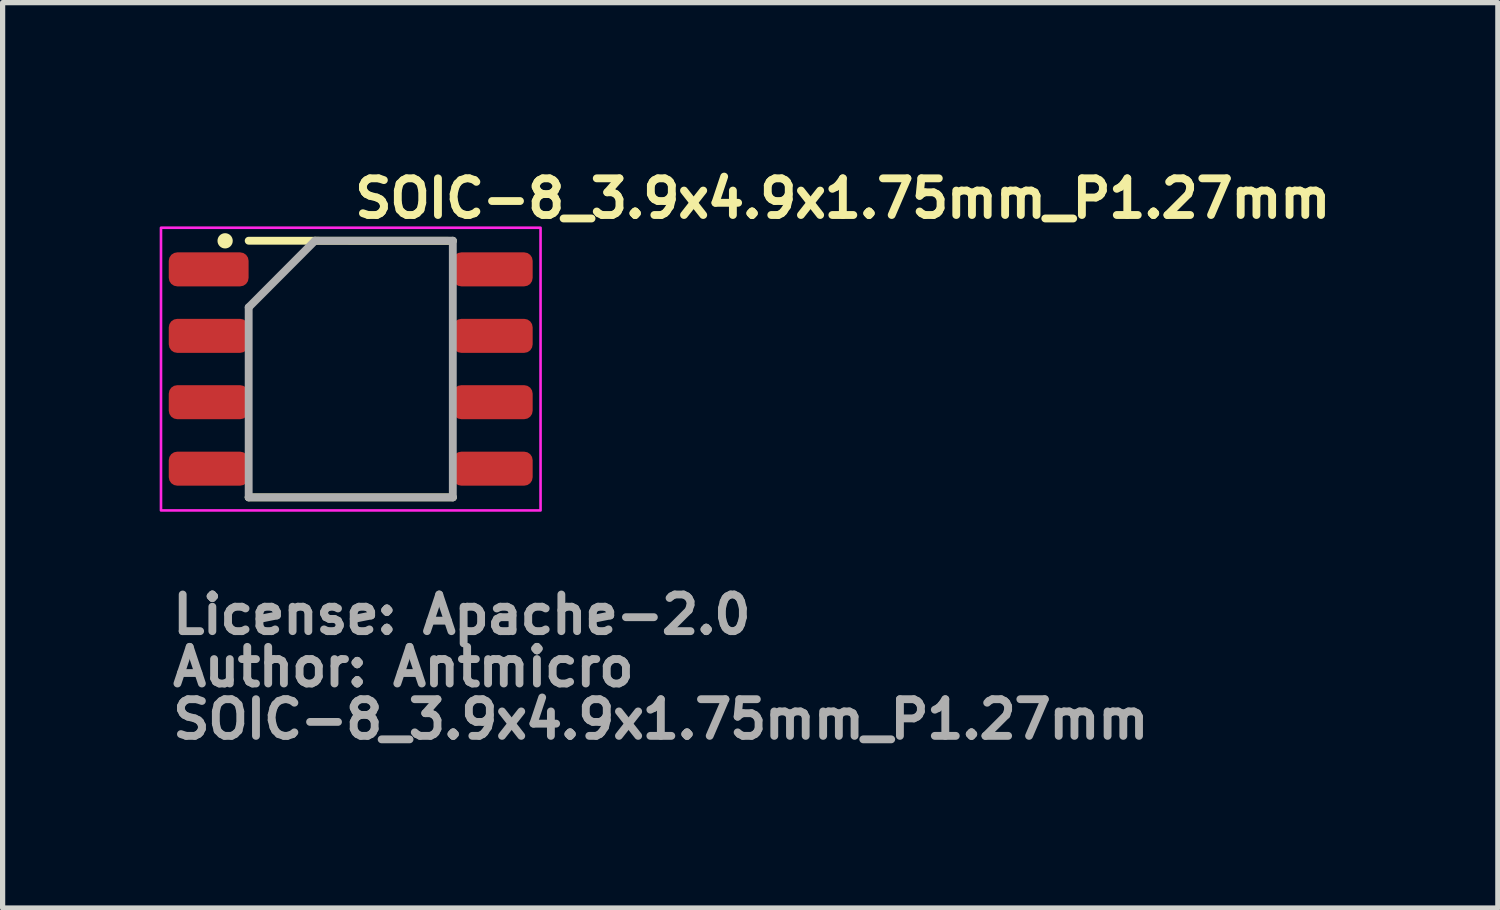
<source format=kicad_pcb>
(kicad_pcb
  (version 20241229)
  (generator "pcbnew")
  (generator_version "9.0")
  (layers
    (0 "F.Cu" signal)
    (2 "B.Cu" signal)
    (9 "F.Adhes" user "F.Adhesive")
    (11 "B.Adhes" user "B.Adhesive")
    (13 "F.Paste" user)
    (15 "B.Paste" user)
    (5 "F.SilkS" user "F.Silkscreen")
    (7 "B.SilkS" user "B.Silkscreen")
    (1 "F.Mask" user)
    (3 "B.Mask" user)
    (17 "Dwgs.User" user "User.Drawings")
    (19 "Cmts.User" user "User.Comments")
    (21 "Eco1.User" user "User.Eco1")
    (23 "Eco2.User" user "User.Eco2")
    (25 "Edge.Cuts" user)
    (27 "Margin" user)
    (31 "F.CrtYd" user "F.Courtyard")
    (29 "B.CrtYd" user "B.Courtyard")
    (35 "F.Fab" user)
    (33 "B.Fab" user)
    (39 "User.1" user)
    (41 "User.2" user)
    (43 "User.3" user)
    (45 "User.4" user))
  (footprint "SOIC-8_3.9x4.9x1.75mm_P1.27mm"
    (layer "F.Cu")
    (at 3.65 4)
    (property "Reference" "SOIC-8_3.9x4.9x1.75mm_P1.27mm" (at 0 -2.85 0) (layer "F.SilkS") (effects (font (size 0.7 0.7) (thickness 0.15)) (justify left bottom)))
    (attr smd)
    (fp_line (start -1.95 -2.452) (end 1.95 -2.45) (stroke (width 0.15) (type solid)) (layer "F.SilkS"))
    (fp_line (start -1.95 2.45) (end 1.95 2.45) (stroke (width 0.15) (type solid)) (layer "F.SilkS"))
    (fp_circle (center -2.4 -2.45) (end -2.35 -2.4) (stroke (width 0.15) (type solid)) (fill yes) (layer "F.SilkS"))
    (fp_rect (start -3.625 -2.7) (end 3.625 2.7) (stroke (width 0.05) (type solid)) (fill no) (layer "F.CrtYd"))
    (fp_line (start -1.95 -1.18) (end -0.683 -2.452) (stroke (width 0.15) (type solid)) (layer "F.Fab"))
    (fp_line (start -1.95 2.45) (end -1.95 -1.18) (stroke (width 0.15) (type solid)) (layer "F.Fab"))
    (fp_line (start -0.683 -2.452) (end 1.949 -2.452) (stroke (width 0.15) (type solid)) (layer "F.Fab"))
    (fp_line (start 1.949 -2.452) (end 1.949 2.45) (stroke (width 0.15) (type solid)) (layer "F.Fab"))
    (fp_line (start 1.949 2.45) (end -1.95 2.45) (stroke (width 0.15) (type solid)) (layer "F.Fab"))
    (fp_rect (start -3 -2.452) (end 2.999 2.45) (stroke (width 0.1) (type solid)) (fill no) (layer "User.5"))
    (fp_line (start -3 -2.11) (end -2.753 -2.11) (stroke (width 0.02) (type solid)) (layer "User.9"))
    (fp_line (start -3 -1.7) (end -3 -2.11) (stroke (width 0.02) (type solid)) (layer "User.9"))
    (fp_line (start -3 -1.7) (end -2.753 -1.7) (stroke (width 0.02) (type solid)) (layer "User.9"))
    (fp_line (start -3 -0.84) (end -2.753 -0.84) (stroke (width 0.02) (type solid)) (layer "User.9"))
    (fp_line (start -3 -0.43) (end -3 -0.84) (stroke (width 0.02) (type solid)) (layer "User.9"))
    (fp_line (start -3 -0.43) (end -2.753 -0.43) (stroke (width 0.02) (type solid)) (layer "User.9"))
    (fp_line (start -3 0.428) (end -2.753 0.428) (stroke (width 0.02) (type solid)) (layer "User.9"))
    (fp_line (start -3 0.838) (end -3 0.428) (stroke (width 0.02) (type solid)) (layer "User.9"))
    (fp_line (start -3 0.838) (end -2.753 0.838) (stroke (width 0.02) (type solid)) (layer "User.9"))
    (fp_line (start -3 1.699) (end -2.753 1.699) (stroke (width 0.02) (type solid)) (layer "User.9"))
    (fp_line (start -3 2.108) (end -3 1.699) (stroke (width 0.02) (type solid)) (layer "User.9"))
    (fp_line (start -3 2.108) (end -2.753 2.108) (stroke (width 0.02) (type solid)) (layer "User.9"))
    (fp_line (start -2.753 -2.11) (end -2.672 -2.11) (stroke (width 0.02) (type solid)) (layer "User.9"))
    (fp_line (start -2.753 -1.7) (end -2.672 -1.7) (stroke (width 0.02) (type solid)) (layer "User.9"))
    (fp_line (start -2.753 -0.84) (end -2.672 -0.84) (stroke (width 0.02) (type solid)) (layer "User.9"))
    (fp_line (start -2.753 -0.43) (end -2.672 -0.43) (stroke (width 0.02) (type solid)) (layer "User.9"))
    (fp_line (start -2.753 0.428) (end -2.672 0.428) (stroke (width 0.02) (type solid)) (layer "User.9"))
    (fp_line (start -2.753 0.838) (end -2.672 0.838) (stroke (width 0.02) (type solid)) (layer "User.9"))
    (fp_line (start -2.753 1.699) (end -2.672 1.699) (stroke (width 0.02) (type solid)) (layer "User.9"))
    (fp_line (start -2.753 2.108) (end -2.672 2.108) (stroke (width 0.02) (type solid)) (layer "User.9"))
    (fp_line (start -2.672 -2.11) (end -2.145 -2.11) (stroke (width 0.02) (type solid)) (layer "User.9"))
    (fp_line (start -2.672 -1.7) (end -2.145 -1.7) (stroke (width 0.02) (type solid)) (layer "User.9"))
    (fp_line (start -2.672 -0.84) (end -2.145 -0.84) (stroke (width 0.02) (type solid)) (layer "User.9"))
    (fp_line (start -2.672 -0.43) (end -2.145 -0.43) (stroke (width 0.02) (type solid)) (layer "User.9"))
    (fp_line (start -2.672 0.428) (end -2.145 0.428) (stroke (width 0.02) (type solid)) (layer "User.9"))
    (fp_line (start -2.672 0.838) (end -2.145 0.838) (stroke (width 0.02) (type solid)) (layer "User.9"))
    (fp_line (start -2.672 1.699) (end -2.145 1.699) (stroke (width 0.02) (type solid)) (layer "User.9"))
    (fp_line (start -2.672 2.108) (end -2.145 2.108) (stroke (width 0.02) (type solid)) (layer "User.9"))
    (fp_line (start -2.145 -2.11) (end -2.064 -2.11) (stroke (width 0.02) (type solid)) (layer "User.9"))
    (fp_line (start -2.145 -1.7) (end -2.064 -1.7) (stroke (width 0.02) (type solid)) (layer "User.9"))
    (fp_line (start -2.145 -0.84) (end -2.064 -0.84) (stroke (width 0.02) (type solid)) (layer "User.9"))
    (fp_line (start -2.145 -0.43) (end -2.064 -0.43) (stroke (width 0.02) (type solid)) (layer "User.9"))
    (fp_line (start -2.145 0.428) (end -2.064 0.428) (stroke (width 0.02) (type solid)) (layer "User.9"))
    (fp_line (start -2.145 0.838) (end -2.064 0.838) (stroke (width 0.02) (type solid)) (layer "User.9"))
    (fp_line (start -2.145 1.699) (end -2.064 1.699) (stroke (width 0.02) (type solid)) (layer "User.9"))
    (fp_line (start -2.145 2.108) (end -2.064 2.108) (stroke (width 0.02) (type solid)) (layer "User.9"))
    (fp_line (start -2.064 -2.11) (end -1.95 -2.11) (stroke (width 0.02) (type solid)) (layer "User.9"))
    (fp_line (start -2.064 -1.7) (end -1.95 -1.7) (stroke (width 0.02) (type solid)) (layer "User.9"))
    (fp_line (start -2.064 -0.84) (end -1.95 -0.84) (stroke (width 0.02) (type solid)) (layer "User.9"))
    (fp_line (start -2.064 -0.43) (end -1.95 -0.43) (stroke (width 0.02) (type solid)) (layer "User.9"))
    (fp_line (start -2.064 0.428) (end -1.95 0.428) (stroke (width 0.02) (type solid)) (layer "User.9"))
    (fp_line (start -2.064 0.838) (end -1.95 0.838) (stroke (width 0.02) (type solid)) (layer "User.9"))
    (fp_line (start -2.064 1.699) (end -1.95 1.699) (stroke (width 0.02) (type solid)) (layer "User.9"))
    (fp_line (start -2.064 2.108) (end -1.95 2.108) (stroke (width 0.02) (type solid)) (layer "User.9"))
    (fp_line (start -1.95 -2.452) (end 1.949 -2.452) (stroke (width 0.02) (type solid)) (layer "User.9"))
    (fp_line (start -1.95 -1.7) (end -1.95 -2.11) (stroke (width 0.02) (type solid)) (layer "User.9"))
    (fp_line (start -1.95 -0.43) (end -1.95 -0.84) (stroke (width 0.02) (type solid)) (layer "User.9"))
    (fp_line (start -1.95 0.838) (end -1.95 0.428) (stroke (width 0.02) (type solid)) (layer "User.9"))
    (fp_line (start -1.95 2.108) (end -1.95 1.699) (stroke (width 0.02) (type solid)) (layer "User.9"))
    (fp_line (start -1.95 2.45) (end -1.95 -2.452) (stroke (width 0.02) (type solid)) (layer "User.9"))
    (fp_line (start -1.95 2.45) (end 1.949 2.45) (stroke (width 0.02) (type solid)) (layer "User.9"))
    (fp_line (start -1.559 -1.841) (end -1.559 -1.829) (stroke (width 0.02) (type solid)) (layer "User.9"))
    (fp_line (start -1.559 -1.829) (end -1.559 -1.815) (stroke (width 0.02) (type solid)) (layer "User.9"))
    (fp_line (start -1.559 -1.815) (end -1.559 -1.815) (stroke (width 0.02) (type solid)) (layer "User.9"))
    (fp_line (start -1.559 -1.815) (end -1.559 -1.803) (stroke (width 0.02) (type solid)) (layer "User.9"))
    (fp_line (start -1.559 -1.803) (end -1.559 -1.792) (stroke (width 0.02) (type solid)) (layer "User.9"))
    (fp_line (start -1.559 -1.792) (end -1.557 -1.778) (stroke (width 0.02) (type solid)) (layer "User.9"))
    (fp_line (start -1.557 -1.853) (end -1.559 -1.841) (stroke (width 0.02) (type solid)) (layer "User.9"))
    (fp_line (start -1.557 -1.778) (end -1.555 -1.766) (stroke (width 0.02) (type solid)) (layer "User.9"))
    (fp_line (start -1.555 -1.865) (end -1.557 -1.853) (stroke (width 0.02) (type solid)) (layer "User.9"))
    (fp_line (start -1.555 -1.766) (end -1.553 -1.756) (stroke (width 0.02) (type solid)) (layer "User.9"))
    (fp_line (start -1.553 -1.877) (end -1.555 -1.865) (stroke (width 0.02) (type solid)) (layer "User.9"))
    (fp_line (start -1.553 -1.756) (end -1.549 -1.744) (stroke (width 0.02) (type solid)) (layer "User.9"))
    (fp_line (start -1.549 -1.889) (end -1.553 -1.877) (stroke (width 0.02) (type solid)) (layer "User.9"))
    (fp_line (start -1.549 -1.744) (end -1.545 -1.732) (stroke (width 0.02) (type solid)) (layer "User.9"))
    (fp_line (start -1.545 -1.899) (end -1.549 -1.889) (stroke (width 0.02) (type solid)) (layer "User.9"))
    (fp_line (start -1.545 -1.732) (end -1.541 -1.722) (stroke (width 0.02) (type solid)) (layer "User.9"))
    (fp_line (start -1.541 -1.911) (end -1.545 -1.899) (stroke (width 0.02) (type solid)) (layer "User.9"))
    (fp_line (start -1.541 -1.722) (end -1.536 -1.71) (stroke (width 0.02) (type solid)) (layer "User.9"))
    (fp_line (start -1.536 -1.922) (end -1.541 -1.911) (stroke (width 0.02) (type solid)) (layer "User.9"))
    (fp_line (start -1.536 -1.71) (end -1.53 -1.7) (stroke (width 0.02) (type solid)) (layer "User.9"))
    (fp_line (start -1.53 -1.932) (end -1.536 -1.922) (stroke (width 0.02) (type solid)) (layer "User.9"))
    (fp_line (start -1.53 -1.7) (end -1.524 -1.69) (stroke (width 0.02) (type solid)) (layer "User.9"))
    (fp_line (start -1.524 -1.942) (end -1.53 -1.932) (stroke (width 0.02) (type solid)) (layer "User.9"))
    (fp_line (start -1.524 -1.69) (end -1.518 -1.68) (stroke (width 0.02) (type solid)) (layer "User.9"))
    (fp_line (start -1.518 -1.952) (end -1.524 -1.942) (stroke (width 0.02) (type solid)) (layer "User.9"))
    (fp_line (start -1.518 -1.68) (end -1.512 -1.67) (stroke (width 0.02) (type solid)) (layer "User.9"))
    (fp_line (start -1.512 -1.962) (end -1.518 -1.952) (stroke (width 0.02) (type solid)) (layer "User.9"))
    (fp_line (start -1.512 -1.67) (end -1.504 -1.661) (stroke (width 0.02) (type solid)) (layer "User.9"))
    (fp_line (start -1.504 -1.972) (end -1.512 -1.962) (stroke (width 0.02) (type solid)) (layer "User.9"))
    (fp_line (start -1.504 -1.661) (end -1.496 -1.653) (stroke (width 0.02) (type solid)) (layer "User.9"))
    (fp_line (start -1.496 -1.98) (end -1.504 -1.972) (stroke (width 0.02) (type solid)) (layer "User.9"))
    (fp_line (start -1.496 -1.653) (end -1.488 -1.643) (stroke (width 0.02) (type solid)) (layer "User.9"))
    (fp_line (start -1.488 -1.988) (end -1.496 -1.98) (stroke (width 0.02) (type solid)) (layer "User.9"))
    (fp_line (start -1.488 -1.643) (end -1.48 -1.635) (stroke (width 0.02) (type solid)) (layer "User.9"))
    (fp_line (start -1.48 -1.996) (end -1.488 -1.988) (stroke (width 0.02) (type solid)) (layer "User.9"))
    (fp_line (start -1.48 -1.635) (end -1.472 -1.627) (stroke (width 0.02) (type solid)) (layer "User.9"))
    (fp_line (start -1.472 -2.004) (end -1.48 -1.996) (stroke (width 0.02) (type solid)) (layer "User.9"))
    (fp_line (start -1.472 -1.627) (end -1.462 -1.621) (stroke (width 0.02) (type solid)) (layer "User.9"))
    (fp_line (start -1.462 -2.012) (end -1.472 -2.004) (stroke (width 0.02) (type solid)) (layer "User.9"))
    (fp_line (start -1.462 -1.621) (end -1.452 -1.613) (stroke (width 0.02) (type solid)) (layer "User.9"))
    (fp_line (start -1.452 -2.019) (end -1.462 -2.012) (stroke (width 0.02) (type solid)) (layer "User.9"))
    (fp_line (start -1.452 -1.613) (end -1.442 -1.607) (stroke (width 0.02) (type solid)) (layer "User.9"))
    (fp_line (start -1.442 -2.024) (end -1.452 -2.019) (stroke (width 0.02) (type solid)) (layer "User.9"))
    (fp_line (start -1.442 -1.607) (end -1.432 -1.601) (stroke (width 0.02) (type solid)) (layer "User.9"))
    (fp_line (start -1.432 -2.031) (end -1.442 -2.024) (stroke (width 0.02) (type solid)) (layer "User.9"))
    (fp_line (start -1.432 -1.601) (end -1.422 -1.597) (stroke (width 0.02) (type solid)) (layer "User.9"))
    (fp_line (start -1.422 -2.036) (end -1.432 -2.031) (stroke (width 0.02) (type solid)) (layer "User.9"))
    (fp_line (start -1.422 -1.597) (end -1.41 -1.591) (stroke (width 0.02) (type solid)) (layer "User.9"))
    (fp_line (start -1.41 -2.04) (end -1.422 -2.036) (stroke (width 0.02) (type solid)) (layer "User.9"))
    (fp_line (start -1.41 -1.591) (end -1.399 -1.587) (stroke (width 0.02) (type solid)) (layer "User.9"))
    (fp_line (start -1.399 -2.044) (end -1.41 -2.04) (stroke (width 0.02) (type solid)) (layer "User.9"))
    (fp_line (start -1.399 -1.587) (end -1.389 -1.583) (stroke (width 0.02) (type solid)) (layer "User.9"))
    (fp_line (start -1.389 -2.048) (end -1.399 -2.044) (stroke (width 0.02) (type solid)) (layer "User.9"))
    (fp_line (start -1.389 -1.583) (end -1.377 -1.579) (stroke (width 0.02) (type solid)) (layer "User.9"))
    (fp_line (start -1.377 -2.053) (end -1.389 -2.048) (stroke (width 0.02) (type solid)) (layer "User.9"))
    (fp_line (start -1.377 -1.579) (end -1.365 -1.577) (stroke (width 0.02) (type solid)) (layer "User.9"))
    (fp_line (start -1.365 -2.054) (end -1.377 -2.053) (stroke (width 0.02) (type solid)) (layer "User.9"))
    (fp_line (start -1.365 -1.577) (end -1.353 -1.575) (stroke (width 0.02) (type solid)) (layer "User.9"))
    (fp_line (start -1.353 -2.057) (end -1.365 -2.054) (stroke (width 0.02) (type solid)) (layer "User.9"))
    (fp_line (start -1.353 -1.575) (end -1.341 -1.573) (stroke (width 0.02) (type solid)) (layer "User.9"))
    (fp_line (start -1.341 -2.058) (end -1.353 -2.057) (stroke (width 0.02) (type solid)) (layer "User.9"))
    (fp_line (start -1.341 -1.573) (end -1.329 -1.573) (stroke (width 0.02) (type solid)) (layer "User.9"))
    (fp_line (start -1.329 -2.06) (end -1.341 -2.058) (stroke (width 0.02) (type solid)) (layer "User.9"))
    (fp_line (start -1.329 -1.573) (end -1.315 -1.573) (stroke (width 0.02) (type solid)) (layer "User.9"))
    (fp_line (start -1.315 -2.06) (end -1.329 -2.06) (stroke (width 0.02) (type solid)) (layer "User.9"))
    (fp_line (start -1.315 -2.06) (end -1.315 -2.06) (stroke (width 0.02) (type solid)) (layer "User.9"))
    (fp_line (start -1.315 -1.573) (end -1.315 -1.573) (stroke (width 0.02) (type solid)) (layer "User.9"))
    (fp_line (start -1.315 -1.573) (end -1.303 -1.573) (stroke (width 0.02) (type solid)) (layer "User.9"))
    (fp_line (start -1.303 -2.06) (end -1.315 -2.06) (stroke (width 0.02) (type solid)) (layer "User.9"))
    (fp_line (start -1.303 -1.573) (end -1.291 -1.573) (stroke (width 0.02) (type solid)) (layer "User.9"))
    (fp_line (start -1.291 -2.058) (end -1.303 -2.06) (stroke (width 0.02) (type solid)) (layer "User.9"))
    (fp_line (start -1.291 -1.573) (end -1.278 -1.575) (stroke (width 0.02) (type solid)) (layer "User.9"))
    (fp_line (start -1.278 -2.057) (end -1.291 -2.058) (stroke (width 0.02) (type solid)) (layer "User.9"))
    (fp_line (start -1.278 -1.575) (end -1.266 -1.577) (stroke (width 0.02) (type solid)) (layer "User.9"))
    (fp_line (start -1.266 -2.054) (end -1.278 -2.057) (stroke (width 0.02) (type solid)) (layer "User.9"))
    (fp_line (start -1.266 -1.577) (end -1.256 -1.579) (stroke (width 0.02) (type solid)) (layer "User.9"))
    (fp_line (start -1.256 -2.053) (end -1.266 -2.054) (stroke (width 0.02) (type solid)) (layer "User.9"))
    (fp_line (start -1.256 -1.579) (end -1.244 -1.583) (stroke (width 0.02) (type solid)) (layer "User.9"))
    (fp_line (start -1.244 -2.048) (end -1.256 -2.053) (stroke (width 0.02) (type solid)) (layer "User.9"))
    (fp_line (start -1.244 -1.583) (end -1.232 -1.587) (stroke (width 0.02) (type solid)) (layer "User.9"))
    (fp_line (start -1.232 -2.044) (end -1.244 -2.048) (stroke (width 0.02) (type solid)) (layer "User.9"))
    (fp_line (start -1.232 -1.587) (end -1.222 -1.591) (stroke (width 0.02) (type solid)) (layer "User.9"))
    (fp_line (start -1.222 -2.04) (end -1.232 -2.044) (stroke (width 0.02) (type solid)) (layer "User.9"))
    (fp_line (start -1.222 -1.591) (end -1.21 -1.597) (stroke (width 0.02) (type solid)) (layer "User.9"))
    (fp_line (start -1.21 -2.036) (end -1.222 -2.04) (stroke (width 0.02) (type solid)) (layer "User.9"))
    (fp_line (start -1.21 -1.597) (end -1.2 -1.601) (stroke (width 0.02) (type solid)) (layer "User.9"))
    (fp_line (start -1.2 -2.031) (end -1.21 -2.036) (stroke (width 0.02) (type solid)) (layer "User.9"))
    (fp_line (start -1.2 -1.601) (end -1.19 -1.607) (stroke (width 0.02) (type solid)) (layer "User.9"))
    (fp_line (start -1.19 -2.024) (end -1.2 -2.031) (stroke (width 0.02) (type solid)) (layer "User.9"))
    (fp_line (start -1.19 -1.607) (end -1.18 -1.613) (stroke (width 0.02) (type solid)) (layer "User.9"))
    (fp_line (start -1.18 -2.019) (end -1.19 -2.024) (stroke (width 0.02) (type solid)) (layer "User.9"))
    (fp_line (start -1.18 -1.613) (end -1.17 -1.621) (stroke (width 0.02) (type solid)) (layer "User.9"))
    (fp_line (start -1.17 -2.012) (end -1.18 -2.019) (stroke (width 0.02) (type solid)) (layer "User.9"))
    (fp_line (start -1.17 -1.621) (end -1.16 -1.627) (stroke (width 0.02) (type solid)) (layer "User.9"))
    (fp_line (start -1.16 -2.004) (end -1.17 -2.012) (stroke (width 0.02) (type solid)) (layer "User.9"))
    (fp_line (start -1.16 -1.627) (end -1.153 -1.635) (stroke (width 0.02) (type solid)) (layer "User.9"))
    (fp_line (start -1.153 -1.996) (end -1.16 -2.004) (stroke (width 0.02) (type solid)) (layer "User.9"))
    (fp_line (start -1.153 -1.635) (end -1.143 -1.643) (stroke (width 0.02) (type solid)) (layer "User.9"))
    (fp_line (start -1.143 -1.988) (end -1.153 -1.996) (stroke (width 0.02) (type solid)) (layer "User.9"))
    (fp_line (start -1.143 -1.643) (end -1.135 -1.653) (stroke (width 0.02) (type solid)) (layer "User.9"))
    (fp_line (start -1.135 -1.98) (end -1.143 -1.988) (stroke (width 0.02) (type solid)) (layer "User.9"))
    (fp_line (start -1.135 -1.653) (end -1.127 -1.661) (stroke (width 0.02) (type solid)) (layer "User.9"))
    (fp_line (start -1.127 -1.972) (end -1.135 -1.98) (stroke (width 0.02) (type solid)) (layer "User.9"))
    (fp_line (start -1.127 -1.661) (end -1.121 -1.67) (stroke (width 0.02) (type solid)) (layer "User.9"))
    (fp_line (start -1.121 -1.962) (end -1.127 -1.972) (stroke (width 0.02) (type solid)) (layer "User.9"))
    (fp_line (start -1.121 -1.67) (end -1.113 -1.68) (stroke (width 0.02) (type solid)) (layer "User.9"))
    (fp_line (start -1.113 -1.952) (end -1.121 -1.962) (stroke (width 0.02) (type solid)) (layer "User.9"))
    (fp_line (start -1.113 -1.68) (end -1.107 -1.69) (stroke (width 0.02) (type solid)) (layer "User.9"))
    (fp_line (start -1.107 -1.942) (end -1.113 -1.952) (stroke (width 0.02) (type solid)) (layer "User.9"))
    (fp_line (start -1.107 -1.69) (end -1.101 -1.7) (stroke (width 0.02) (type solid)) (layer "User.9"))
    (fp_line (start -1.101 -1.932) (end -1.107 -1.942) (stroke (width 0.02) (type solid)) (layer "User.9"))
    (fp_line (start -1.101 -1.7) (end -1.097 -1.71) (stroke (width 0.02) (type solid)) (layer "User.9"))
    (fp_line (start -1.097 -1.922) (end -1.101 -1.932) (stroke (width 0.02) (type solid)) (layer "User.9"))
    (fp_line (start -1.097 -1.71) (end -1.091 -1.722) (stroke (width 0.02) (type solid)) (layer "User.9"))
    (fp_line (start -1.091 -1.911) (end -1.097 -1.922) (stroke (width 0.02) (type solid)) (layer "User.9"))
    (fp_line (start -1.091 -1.722) (end -1.087 -1.732) (stroke (width 0.02) (type solid)) (layer "User.9"))
    (fp_line (start -1.087 -1.899) (end -1.091 -1.911) (stroke (width 0.02) (type solid)) (layer "User.9"))
    (fp_line (start -1.087 -1.732) (end -1.083 -1.744) (stroke (width 0.02) (type solid)) (layer "User.9"))
    (fp_line (start -1.083 -1.889) (end -1.087 -1.899) (stroke (width 0.02) (type solid)) (layer "User.9"))
    (fp_line (start -1.083 -1.744) (end -1.079 -1.756) (stroke (width 0.02) (type solid)) (layer "User.9"))
    (fp_line (start -1.079 -1.877) (end -1.083 -1.889) (stroke (width 0.02) (type solid)) (layer "User.9"))
    (fp_line (start -1.079 -1.756) (end -1.077 -1.766) (stroke (width 0.02) (type solid)) (layer "User.9"))
    (fp_line (start -1.077 -1.865) (end -1.079 -1.877) (stroke (width 0.02) (type solid)) (layer "User.9"))
    (fp_line (start -1.077 -1.766) (end -1.075 -1.778) (stroke (width 0.02) (type solid)) (layer "User.9"))
    (fp_line (start -1.075 -1.853) (end -1.077 -1.865) (stroke (width 0.02) (type solid)) (layer "User.9"))
    (fp_line (start -1.075 -1.778) (end -1.073 -1.792) (stroke (width 0.02) (type solid)) (layer "User.9"))
    (fp_line (start -1.073 -1.841) (end -1.075 -1.853) (stroke (width 0.02) (type solid)) (layer "User.9"))
    (fp_line (start -1.073 -1.829) (end -1.073 -1.841) (stroke (width 0.02) (type solid)) (layer "User.9"))
    (fp_line (start -1.073 -1.815) (end -1.073 -1.829) (stroke (width 0.02) (type solid)) (layer "User.9"))
    (fp_line (start -1.073 -1.815) (end -1.073 -1.815) (stroke (width 0.02) (type solid)) (layer "User.9"))
    (fp_line (start -1.073 -1.815) (end -1.073 -1.815) (stroke (width 0.02) (type solid)) (layer "User.9"))
    (fp_line (start -1.073 -1.803) (end -1.073 -1.815) (stroke (width 0.02) (type solid)) (layer "User.9"))
    (fp_line (start -1.073 -1.792) (end -1.073 -1.803) (stroke (width 0.02) (type solid)) (layer "User.9"))
    (fp_line (start 1.949 -2.11) (end 2.061 -2.11) (stroke (width 0.02) (type solid)) (layer "User.9"))
    (fp_line (start 1.949 -1.7) (end 1.949 -2.11) (stroke (width 0.02) (type solid)) (layer "User.9"))
    (fp_line (start 1.949 -1.7) (end 2.061 -1.7) (stroke (width 0.02) (type solid)) (layer "User.9"))
    (fp_line (start 1.949 -0.84) (end 2.061 -0.84) (stroke (width 0.02) (type solid)) (layer "User.9"))
    (fp_line (start 1.949 -0.43) (end 1.949 -0.84) (stroke (width 0.02) (type solid)) (layer "User.9"))
    (fp_line (start 1.949 -0.43) (end 2.061 -0.43) (stroke (width 0.02) (type solid)) (layer "User.9"))
    (fp_line (start 1.949 0.428) (end 2.061 0.428) (stroke (width 0.02) (type solid)) (layer "User.9"))
    (fp_line (start 1.949 0.838) (end 1.949 0.428) (stroke (width 0.02) (type solid)) (layer "User.9"))
    (fp_line (start 1.949 0.838) (end 2.061 0.838) (stroke (width 0.02) (type solid)) (layer "User.9"))
    (fp_line (start 1.949 1.699) (end 2.061 1.699) (stroke (width 0.02) (type solid)) (layer "User.9"))
    (fp_line (start 1.949 2.108) (end 1.949 1.699) (stroke (width 0.02) (type solid)) (layer "User.9"))
    (fp_line (start 1.949 2.108) (end 2.061 2.108) (stroke (width 0.02) (type solid)) (layer "User.9"))
    (fp_line (start 1.949 2.45) (end 1.949 -2.452) (stroke (width 0.02) (type solid)) (layer "User.9"))
    (fp_line (start 2.143 -2.11) (end 2.061 -2.11) (stroke (width 0.02) (type solid)) (layer "User.9"))
    (fp_line (start 2.143 -1.7) (end 2.061 -1.7) (stroke (width 0.02) (type solid)) (layer "User.9"))
    (fp_line (start 2.143 -0.84) (end 2.061 -0.84) (stroke (width 0.02) (type solid)) (layer "User.9"))
    (fp_line (start 2.143 -0.43) (end 2.061 -0.43) (stroke (width 0.02) (type solid)) (layer "User.9"))
    (fp_line (start 2.143 0.428) (end 2.061 0.428) (stroke (width 0.02) (type solid)) (layer "User.9"))
    (fp_line (start 2.143 0.838) (end 2.061 0.838) (stroke (width 0.02) (type solid)) (layer "User.9"))
    (fp_line (start 2.143 1.699) (end 2.061 1.699) (stroke (width 0.02) (type solid)) (layer "User.9"))
    (fp_line (start 2.143 2.108) (end 2.061 2.108) (stroke (width 0.02) (type solid)) (layer "User.9"))
    (fp_line (start 2.669 -2.11) (end 2.143 -2.11) (stroke (width 0.02) (type solid)) (layer "User.9"))
    (fp_line (start 2.669 -1.7) (end 2.143 -1.7) (stroke (width 0.02) (type solid)) (layer "User.9"))
    (fp_line (start 2.669 -0.84) (end 2.143 -0.84) (stroke (width 0.02) (type solid)) (layer "User.9"))
    (fp_line (start 2.669 -0.43) (end 2.143 -0.43) (stroke (width 0.02) (type solid)) (layer "User.9"))
    (fp_line (start 2.669 0.428) (end 2.143 0.428) (stroke (width 0.02) (type solid)) (layer "User.9"))
    (fp_line (start 2.669 0.838) (end 2.143 0.838) (stroke (width 0.02) (type solid)) (layer "User.9"))
    (fp_line (start 2.669 1.699) (end 2.143 1.699) (stroke (width 0.02) (type solid)) (layer "User.9"))
    (fp_line (start 2.669 2.108) (end 2.143 2.108) (stroke (width 0.02) (type solid)) (layer "User.9"))
    (fp_line (start 2.75 -2.11) (end 2.669 -2.11) (stroke (width 0.02) (type solid)) (layer "User.9"))
    (fp_line (start 2.75 -2.11) (end 2.999 -2.11) (stroke (width 0.02) (type solid)) (layer "User.9"))
    (fp_line (start 2.75 -1.7) (end 2.669 -1.7) (stroke (width 0.02) (type solid)) (layer "User.9"))
    (fp_line (start 2.75 -1.7) (end 2.999 -1.7) (stroke (width 0.02) (type solid)) (layer "User.9"))
    (fp_line (start 2.75 -0.84) (end 2.669 -0.84) (stroke (width 0.02) (type solid)) (layer "User.9"))
    (fp_line (start 2.75 -0.84) (end 2.999 -0.84) (stroke (width 0.02) (type solid)) (layer "User.9"))
    (fp_line (start 2.75 -0.43) (end 2.669 -0.43) (stroke (width 0.02) (type solid)) (layer "User.9"))
    (fp_line (start 2.75 -0.43) (end 2.999 -0.43) (stroke (width 0.02) (type solid)) (layer "User.9"))
    (fp_line (start 2.75 0.428) (end 2.669 0.428) (stroke (width 0.02) (type solid)) (layer "User.9"))
    (fp_line (start 2.75 0.428) (end 2.999 0.428) (stroke (width 0.02) (type solid)) (layer "User.9"))
    (fp_line (start 2.75 0.838) (end 2.669 0.838) (stroke (width 0.02) (type solid)) (layer "User.9"))
    (fp_line (start 2.75 0.838) (end 2.999 0.838) (stroke (width 0.02) (type solid)) (layer "User.9"))
    (fp_line (start 2.75 1.699) (end 2.669 1.699) (stroke (width 0.02) (type solid)) (layer "User.9"))
    (fp_line (start 2.75 1.699) (end 2.999 1.699) (stroke (width 0.02) (type solid)) (layer "User.9"))
    (fp_line (start 2.75 2.108) (end 2.669 2.108) (stroke (width 0.02) (type solid)) (layer "User.9"))
    (fp_line (start 2.75 2.108) (end 2.999 2.108) (stroke (width 0.02) (type solid)) (layer "User.9"))
    (fp_line (start 2.999 -1.7) (end 2.999 -2.11) (stroke (width 0.02) (type solid)) (layer "User.9"))
    (fp_line (start 2.999 -0.43) (end 2.999 -0.84) (stroke (width 0.02) (type solid)) (layer "User.9"))
    (fp_line (start 2.999 0.838) (end 2.999 0.428) (stroke (width 0.02) (type solid)) (layer "User.9"))
    (fp_line (start 2.999 2.108) (end 2.999 1.699) (stroke (width 0.02) (type solid)) (layer "User.9"))
    (fp_text user "${REFERENCE}" (at -3.476 7.099 0) (layer "F.Fab") (effects (font (size 0.7 0.7) (thickness 0.15)) (justify left bottom)))
    (fp_text user "License: Apache-2.0" (at -3.476 5.099 0) (layer "F.Fab") (effects (font (size 0.7 0.7) (thickness 0.15)) (justify left bottom)))
    (fp_text user "Author: Antmicro" (at -3.476 6.099 0) (layer "F.Fab") (effects (font (size 0.7 0.7) (thickness 0.15)) (justify left bottom)))
    (pad "1" smd roundrect (at -2.714 -1.905 90) (size 0.65 1.525) (layers "F.Cu" "F.Mask" "F.Paste") (roundrect_rratio 0.25))
    (pad "2" smd roundrect (at -2.714 -0.635 90) (size 0.65 1.525) (layers "F.Cu" "F.Mask" "F.Paste") (roundrect_rratio 0.25))
    (pad "3" smd roundrect (at -2.714 0.632 90) (size 0.65 1.525) (layers "F.Cu" "F.Mask" "F.Paste") (roundrect_rratio 0.25))
    (pad "4" smd roundrect (at -2.714 1.902 90) (size 0.65 1.525) (layers "F.Cu" "F.Mask" "F.Paste") (roundrect_rratio 0.25))
    (pad "5" smd roundrect (at 2.712 1.902 90) (size 0.65 1.525) (layers "F.Cu" "F.Mask" "F.Paste") (roundrect_rratio 0.25))
    (pad "6" smd roundrect (at 2.712 0.632 90) (size 0.65 1.525) (layers "F.Cu" "F.Mask" "F.Paste") (roundrect_rratio 0.25))
    (pad "7" smd roundrect (at 2.712 -0.635 90) (size 0.65 1.525) (layers "F.Cu" "F.Mask" "F.Paste") (roundrect_rratio 0.25))
    (pad "8" smd roundrect (at 2.712 -1.905 90) (size 0.65 1.525) (layers "F.Cu" "F.Mask" "F.Paste") (roundrect_rratio 0.25)))
  (gr_rect
    (start -3 -3)
    (end 25.56 14.294)
    (stroke (width 0.1) (type default))
    (fill no)
    (layer "Edge.Cuts")))
</source>
